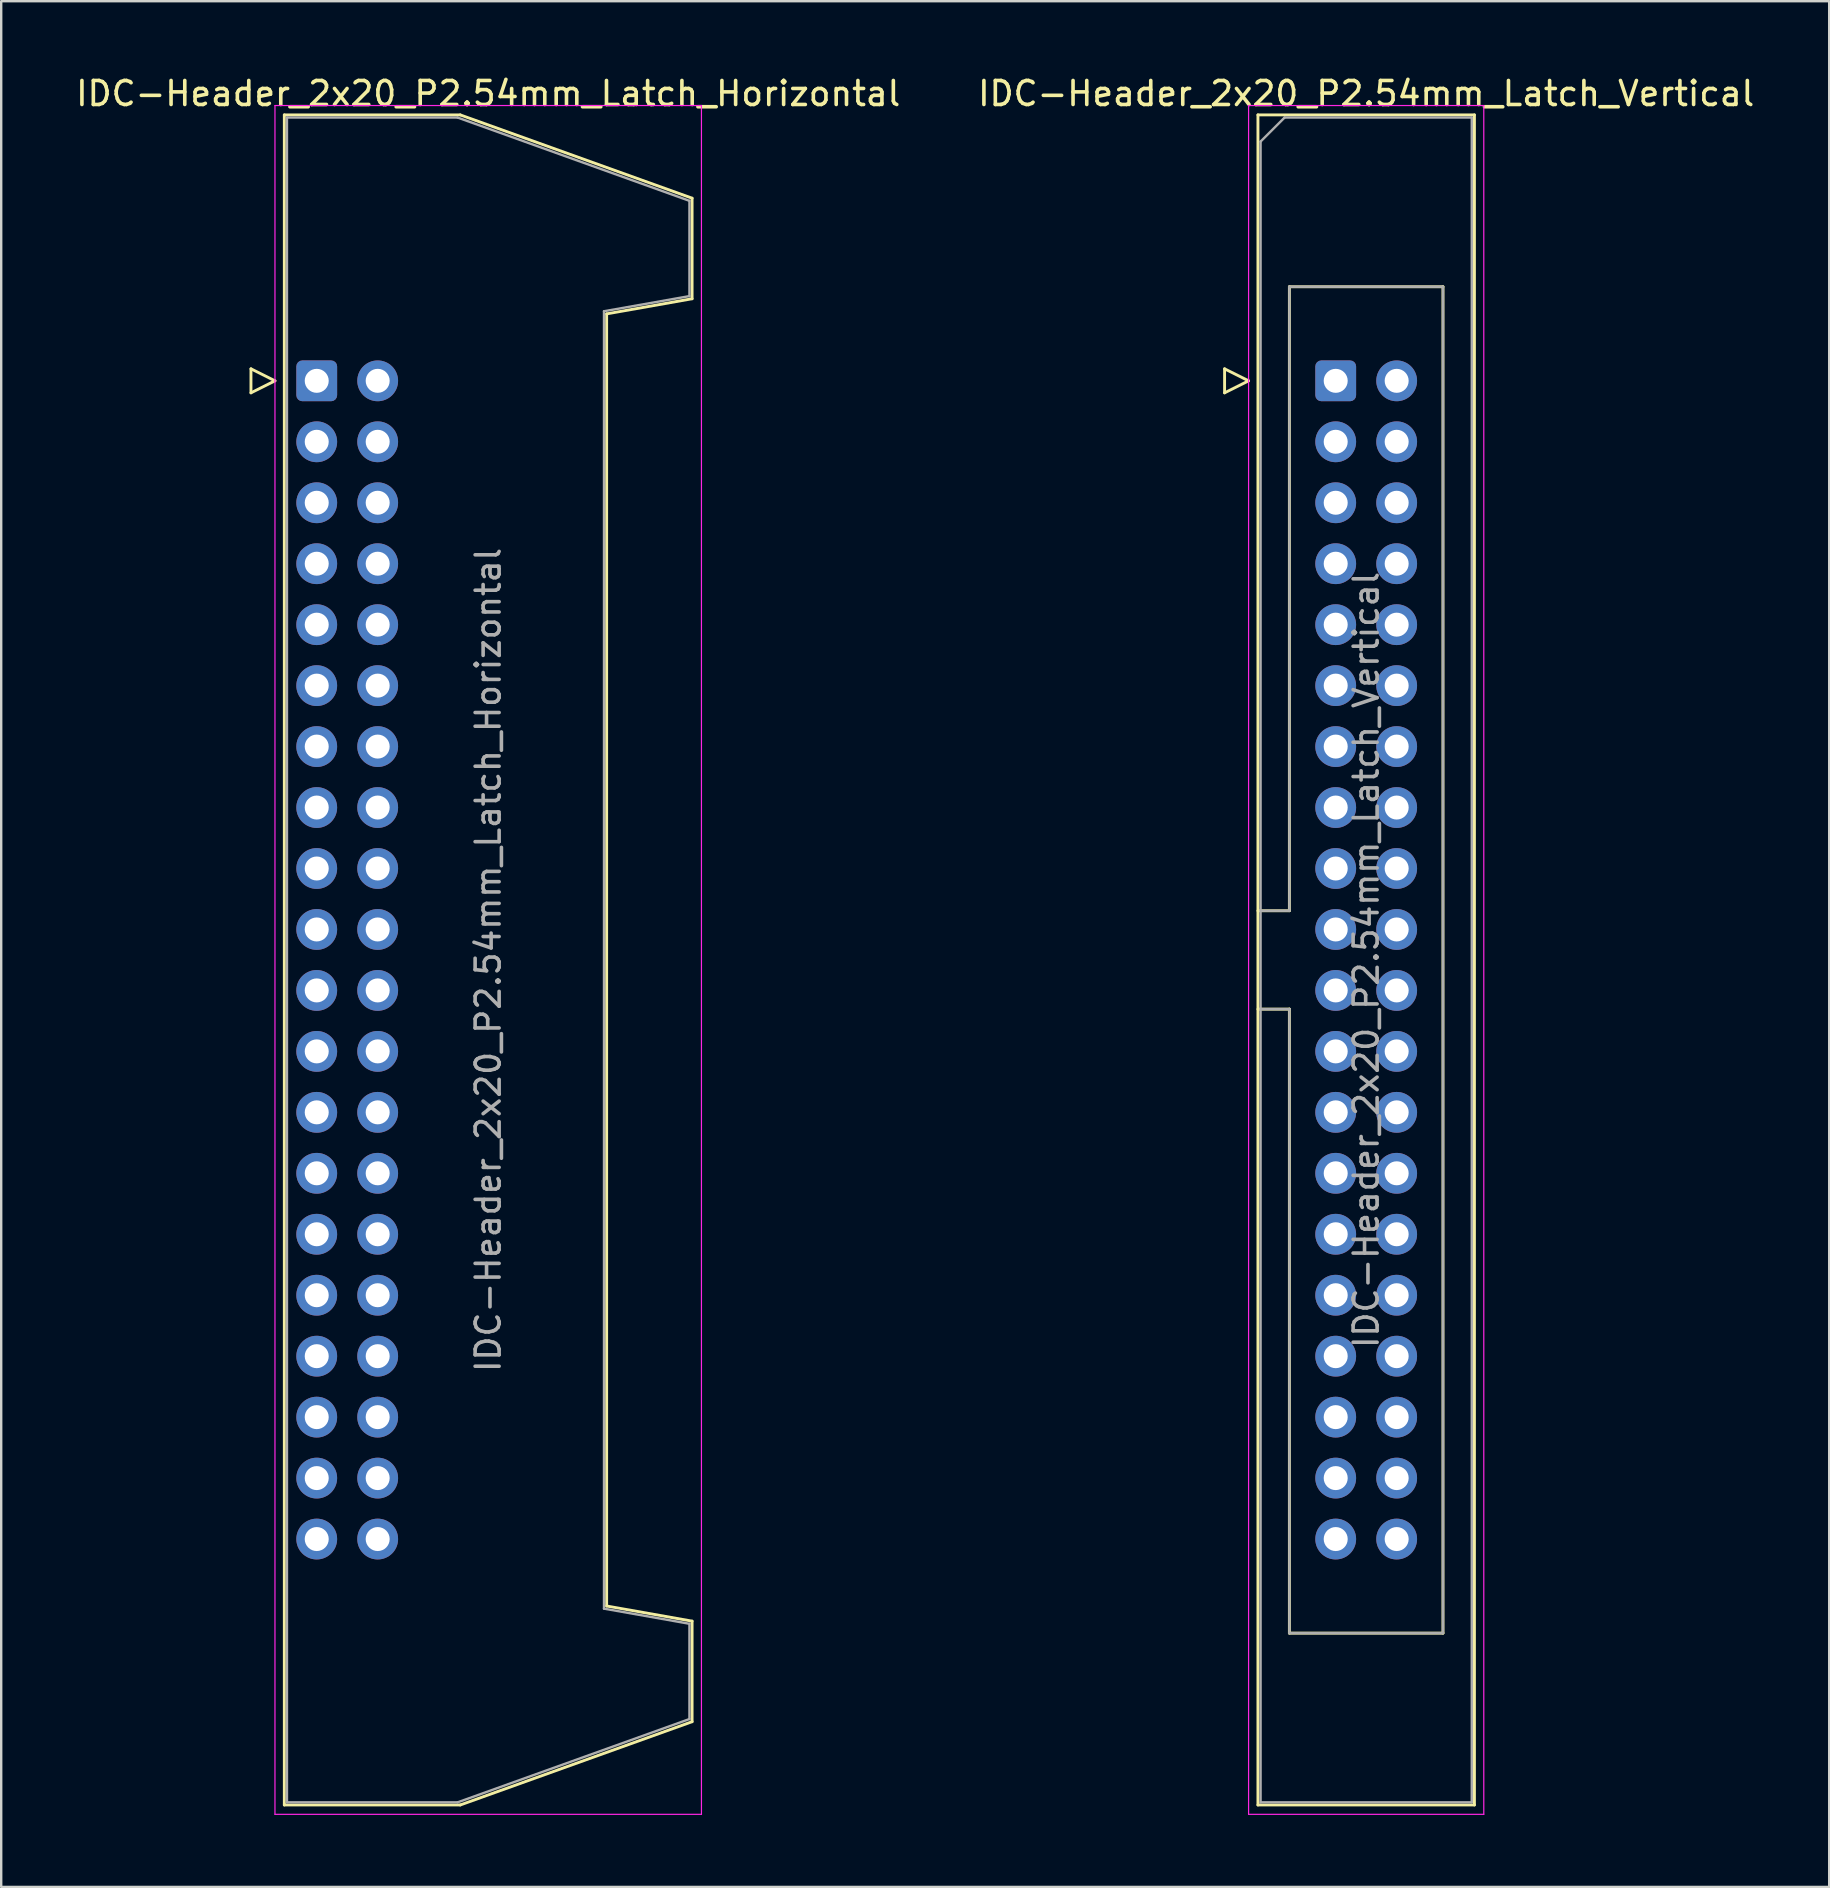
<source format=kicad_pcb>
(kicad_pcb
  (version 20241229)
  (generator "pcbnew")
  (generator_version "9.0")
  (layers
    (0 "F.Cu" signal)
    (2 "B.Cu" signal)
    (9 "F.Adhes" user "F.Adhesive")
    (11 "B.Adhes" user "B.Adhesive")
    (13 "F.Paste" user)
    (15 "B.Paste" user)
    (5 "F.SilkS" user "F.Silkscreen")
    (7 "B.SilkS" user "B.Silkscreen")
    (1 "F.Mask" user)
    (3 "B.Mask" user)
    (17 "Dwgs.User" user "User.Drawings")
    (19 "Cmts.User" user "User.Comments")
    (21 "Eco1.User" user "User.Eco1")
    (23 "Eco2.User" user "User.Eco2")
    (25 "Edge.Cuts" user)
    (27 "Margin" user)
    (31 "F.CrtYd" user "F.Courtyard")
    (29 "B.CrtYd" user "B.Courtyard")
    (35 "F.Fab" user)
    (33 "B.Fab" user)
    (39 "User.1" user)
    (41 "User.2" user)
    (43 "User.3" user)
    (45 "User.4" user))
  (footprint "IDC-Header_2x20_P2.54mm_Latch_Vertical"
    (layer "F.Cu")
    (at 52.605 12.818)
    (property "Reference" "IDC-Header_2x20_P2.54mm_Latch_Vertical" (at 1.27 -11.97 0) (layer "F.SilkS") (effects (font (size 1 1) (thickness 0.15))))
    (attr through_hole)
    (fp_line (start -4.63 -0.5) (end -4.63 0.5) (stroke (width 0.12) (type solid)) (layer "F.SilkS"))
    (fp_line (start -4.63 0.5) (end -3.63 0) (stroke (width 0.12) (type solid)) (layer "F.SilkS"))
    (fp_line (start -3.63 0) (end -4.63 -0.5) (stroke (width 0.12) (type solid)) (layer "F.SilkS"))
    (fp_line (start -3.24 -11.08) (end 5.78 -11.08) (stroke (width 0.12) (type solid)) (layer "F.SilkS"))
    (fp_line (start -3.24 22.08) (end -1.93 22.08) (stroke (width 0.12) (type solid)) (layer "F.SilkS"))
    (fp_line (start -3.24 59.34) (end -3.24 -11.08) (stroke (width 0.12) (type solid)) (layer "F.SilkS"))
    (fp_line (start -1.93 -3.92) (end 4.47 -3.92) (stroke (width 0.12) (type solid)) (layer "F.SilkS"))
    (fp_line (start -1.93 22.08) (end -1.93 -3.92) (stroke (width 0.12) (type solid)) (layer "F.SilkS"))
    (fp_line (start -1.93 26.18) (end -3.24 26.18) (stroke (width 0.12) (type solid)) (layer "F.SilkS"))
    (fp_line (start -1.93 26.18) (end -1.93 26.18) (stroke (width 0.12) (type solid)) (layer "F.SilkS"))
    (fp_line (start -1.93 52.18) (end -1.93 26.18) (stroke (width 0.12) (type solid)) (layer "F.SilkS"))
    (fp_line (start 4.47 -3.92) (end 4.47 52.18) (stroke (width 0.12) (type solid)) (layer "F.SilkS"))
    (fp_line (start 4.47 52.18) (end -1.93 52.18) (stroke (width 0.12) (type solid)) (layer "F.SilkS"))
    (fp_line (start 5.78 -11.08) (end 5.78 59.34) (stroke (width 0.12) (type solid)) (layer "F.SilkS"))
    (fp_line (start 5.78 59.34) (end -3.24 59.34) (stroke (width 0.12) (type solid)) (layer "F.SilkS"))
    (fp_line (start -3.63 -11.47) (end -3.63 59.73) (stroke (width 0.05) (type solid)) (layer "F.CrtYd"))
    (fp_line (start -3.63 59.73) (end 6.17 59.73) (stroke (width 0.05) (type solid)) (layer "F.CrtYd"))
    (fp_line (start 6.17 -11.47) (end -3.63 -11.47) (stroke (width 0.05) (type solid)) (layer "F.CrtYd"))
    (fp_line (start 6.17 59.73) (end 6.17 -11.47) (stroke (width 0.05) (type solid)) (layer "F.CrtYd"))
    (fp_line (start -3.13 -9.97) (end -2.13 -10.97) (stroke (width 0.1) (type solid)) (layer "F.Fab"))
    (fp_line (start -3.13 22.08) (end -1.93 22.08) (stroke (width 0.1) (type solid)) (layer "F.Fab"))
    (fp_line (start -3.13 59.23) (end -3.13 -9.97) (stroke (width 0.1) (type solid)) (layer "F.Fab"))
    (fp_line (start -2.13 -10.97) (end 5.67 -10.97) (stroke (width 0.1) (type solid)) (layer "F.Fab"))
    (fp_line (start -1.93 -3.92) (end 4.47 -3.92) (stroke (width 0.1) (type solid)) (layer "F.Fab"))
    (fp_line (start -1.93 22.08) (end -1.93 -3.92) (stroke (width 0.1) (type solid)) (layer "F.Fab"))
    (fp_line (start -1.93 26.18) (end -3.13 26.18) (stroke (width 0.1) (type solid)) (layer "F.Fab"))
    (fp_line (start -1.93 26.18) (end -1.93 26.18) (stroke (width 0.1) (type solid)) (layer "F.Fab"))
    (fp_line (start -1.93 52.18) (end -1.93 26.18) (stroke (width 0.1) (type solid)) (layer "F.Fab"))
    (fp_line (start 4.47 -3.92) (end 4.47 52.18) (stroke (width 0.1) (type solid)) (layer "F.Fab"))
    (fp_line (start 4.47 52.18) (end -1.93 52.18) (stroke (width 0.1) (type solid)) (layer "F.Fab"))
    (fp_line (start 5.67 -10.97) (end 5.67 59.23) (stroke (width 0.1) (type solid)) (layer "F.Fab"))
    (fp_line (start 5.67 59.23) (end -3.13 59.23) (stroke (width 0.1) (type solid)) (layer "F.Fab"))
    (fp_text user "${REFERENCE}" (at 1.27 24.13 90) (layer "F.Fab") (effects (font (size 1 1) (thickness 0.15))))
    (pad "1" thru_hole roundrect (at 0 0) (size 1.7 1.7) (drill 1) (layers "*.Cu" "*.Mask") (roundrect_rratio 0.147))
    (pad "2" thru_hole circle (at 2.54 0) (size 1.7 1.7) (drill 1) (layers "*.Cu" "*.Mask"))
    (pad "3" thru_hole circle (at 0 2.54) (size 1.7 1.7) (drill 1) (layers "*.Cu" "*.Mask"))
    (pad "4" thru_hole circle (at 2.54 2.54) (size 1.7 1.7) (drill 1) (layers "*.Cu" "*.Mask"))
    (pad "5" thru_hole circle (at 0 5.08) (size 1.7 1.7) (drill 1) (layers "*.Cu" "*.Mask"))
    (pad "6" thru_hole circle (at 2.54 5.08) (size 1.7 1.7) (drill 1) (layers "*.Cu" "*.Mask"))
    (pad "7" thru_hole circle (at 0 7.62) (size 1.7 1.7) (drill 1) (layers "*.Cu" "*.Mask"))
    (pad "8" thru_hole circle (at 2.54 7.62) (size 1.7 1.7) (drill 1) (layers "*.Cu" "*.Mask"))
    (pad "9" thru_hole circle (at 0 10.16) (size 1.7 1.7) (drill 1) (layers "*.Cu" "*.Mask"))
    (pad "10" thru_hole circle (at 2.54 10.16) (size 1.7 1.7) (drill 1) (layers "*.Cu" "*.Mask"))
    (pad "11" thru_hole circle (at 0 12.7) (size 1.7 1.7) (drill 1) (layers "*.Cu" "*.Mask"))
    (pad "12" thru_hole circle (at 2.54 12.7) (size 1.7 1.7) (drill 1) (layers "*.Cu" "*.Mask"))
    (pad "13" thru_hole circle (at 0 15.24) (size 1.7 1.7) (drill 1) (layers "*.Cu" "*.Mask"))
    (pad "14" thru_hole circle (at 2.54 15.24) (size 1.7 1.7) (drill 1) (layers "*.Cu" "*.Mask"))
    (pad "15" thru_hole circle (at 0 17.78) (size 1.7 1.7) (drill 1) (layers "*.Cu" "*.Mask"))
    (pad "16" thru_hole circle (at 2.54 17.78) (size 1.7 1.7) (drill 1) (layers "*.Cu" "*.Mask"))
    (pad "17" thru_hole circle (at 0 20.32) (size 1.7 1.7) (drill 1) (layers "*.Cu" "*.Mask"))
    (pad "18" thru_hole circle (at 2.54 20.32) (size 1.7 1.7) (drill 1) (layers "*.Cu" "*.Mask"))
    (pad "19" thru_hole circle (at 0 22.86) (size 1.7 1.7) (drill 1) (layers "*.Cu" "*.Mask"))
    (pad "20" thru_hole circle (at 2.54 22.86) (size 1.7 1.7) (drill 1) (layers "*.Cu" "*.Mask"))
    (pad "21" thru_hole circle (at 0 25.4) (size 1.7 1.7) (drill 1) (layers "*.Cu" "*.Mask"))
    (pad "22" thru_hole circle (at 2.54 25.4) (size 1.7 1.7) (drill 1) (layers "*.Cu" "*.Mask"))
    (pad "23" thru_hole circle (at 0 27.94) (size 1.7 1.7) (drill 1) (layers "*.Cu" "*.Mask"))
    (pad "24" thru_hole circle (at 2.54 27.94) (size 1.7 1.7) (drill 1) (layers "*.Cu" "*.Mask"))
    (pad "25" thru_hole circle (at 0 30.48) (size 1.7 1.7) (drill 1) (layers "*.Cu" "*.Mask"))
    (pad "26" thru_hole circle (at 2.54 30.48) (size 1.7 1.7) (drill 1) (layers "*.Cu" "*.Mask"))
    (pad "27" thru_hole circle (at 0 33.02) (size 1.7 1.7) (drill 1) (layers "*.Cu" "*.Mask"))
    (pad "28" thru_hole circle (at 2.54 33.02) (size 1.7 1.7) (drill 1) (layers "*.Cu" "*.Mask"))
    (pad "29" thru_hole circle (at 0 35.56) (size 1.7 1.7) (drill 1) (layers "*.Cu" "*.Mask"))
    (pad "30" thru_hole circle (at 2.54 35.56) (size 1.7 1.7) (drill 1) (layers "*.Cu" "*.Mask"))
    (pad "31" thru_hole circle (at 0 38.1) (size 1.7 1.7) (drill 1) (layers "*.Cu" "*.Mask"))
    (pad "32" thru_hole circle (at 2.54 38.1) (size 1.7 1.7) (drill 1) (layers "*.Cu" "*.Mask"))
    (pad "33" thru_hole circle (at 0 40.64) (size 1.7 1.7) (drill 1) (layers "*.Cu" "*.Mask"))
    (pad "34" thru_hole circle (at 2.54 40.64) (size 1.7 1.7) (drill 1) (layers "*.Cu" "*.Mask"))
    (pad "35" thru_hole circle (at 0 43.18) (size 1.7 1.7) (drill 1) (layers "*.Cu" "*.Mask"))
    (pad "36" thru_hole circle (at 2.54 43.18) (size 1.7 1.7) (drill 1) (layers "*.Cu" "*.Mask"))
    (pad "37" thru_hole circle (at 0 45.72) (size 1.7 1.7) (drill 1) (layers "*.Cu" "*.Mask"))
    (pad "38" thru_hole circle (at 2.54 45.72) (size 1.7 1.7) (drill 1) (layers "*.Cu" "*.Mask"))
    (pad "39" thru_hole circle (at 0 48.26) (size 1.7 1.7) (drill 1) (layers "*.Cu" "*.Mask"))
    (pad "40" thru_hole circle (at 2.54 48.26) (size 1.7 1.7) (drill 1) (layers "*.Cu" "*.Mask")))
  (footprint "IDC-Header_2x20_P2.54mm_Latch_Horizontal"
    (layer "F.Cu")
    (at 10.147 12.818)
    (property "Reference" "IDC-Header_2x20_P2.54mm_Latch_Horizontal" (at 7.145 -11.97 0) (layer "F.SilkS") (effects (font (size 1 1) (thickness 0.15))))
    (attr through_hole)
    (fp_line (start -2.74 -0.5) (end -2.74 0.5) (stroke (width 0.12) (type solid)) (layer "F.SilkS"))
    (fp_line (start -2.74 0.5) (end -1.74 0) (stroke (width 0.12) (type solid)) (layer "F.SilkS"))
    (fp_line (start -1.74 0) (end -2.74 -0.5) (stroke (width 0.12) (type solid)) (layer "F.SilkS"))
    (fp_line (start -1.35 -11.08) (end 5.98 -11.08) (stroke (width 0.12) (type solid)) (layer "F.SilkS"))
    (fp_line (start -1.35 59.34) (end -1.35 -11.08) (stroke (width 0.12) (type solid)) (layer "F.SilkS"))
    (fp_line (start 5.98 -11.08) (end 15.64 -7.61) (stroke (width 0.12) (type solid)) (layer "F.SilkS"))
    (fp_line (start 5.98 59.34) (end -1.35 59.34) (stroke (width 0.12) (type solid)) (layer "F.SilkS"))
    (fp_line (start 12.08 -2.79) (end 12.08 51.05) (stroke (width 0.12) (type solid)) (layer "F.SilkS"))
    (fp_line (start 12.08 51.05) (end 15.64 51.68) (stroke (width 0.12) (type solid)) (layer "F.SilkS"))
    (fp_line (start 15.64 -7.61) (end 15.64 -3.42) (stroke (width 0.12) (type solid)) (layer "F.SilkS"))
    (fp_line (start 15.64 -3.42) (end 12.08 -2.79) (stroke (width 0.12) (type solid)) (layer "F.SilkS"))
    (fp_line (start 15.64 51.68) (end 15.64 55.87) (stroke (width 0.12) (type solid)) (layer "F.SilkS"))
    (fp_line (start 15.64 55.87) (end 5.98 59.34) (stroke (width 0.12) (type solid)) (layer "F.SilkS"))
    (fp_line (start -1.74 -11.47) (end -1.74 59.73) (stroke (width 0.05) (type solid)) (layer "F.CrtYd"))
    (fp_line (start -1.74 59.73) (end 16.03 59.73) (stroke (width 0.05) (type solid)) (layer "F.CrtYd"))
    (fp_line (start 16.03 -11.47) (end -1.74 -11.47) (stroke (width 0.05) (type solid)) (layer "F.CrtYd"))
    (fp_line (start 16.03 59.73) (end 16.03 -11.47) (stroke (width 0.05) (type solid)) (layer "F.CrtYd"))
    (fp_line (start -1.24 -10.97) (end 5.87 -10.97) (stroke (width 0.1) (type solid)) (layer "F.Fab"))
    (fp_line (start -1.24 59.23) (end -1.24 -10.97) (stroke (width 0.1) (type solid)) (layer "F.Fab"))
    (fp_line (start 5.87 -10.97) (end 15.53 -7.5) (stroke (width 0.1) (type solid)) (layer "F.Fab"))
    (fp_line (start 5.87 59.23) (end -1.24 59.23) (stroke (width 0.1) (type solid)) (layer "F.Fab"))
    (fp_line (start 11.97 -2.9) (end 11.97 51.16) (stroke (width 0.1) (type solid)) (layer "F.Fab"))
    (fp_line (start 11.97 51.16) (end 15.53 51.79) (stroke (width 0.1) (type solid)) (layer "F.Fab"))
    (fp_line (start 15.53 -7.5) (end 15.53 -3.53) (stroke (width 0.1) (type solid)) (layer "F.Fab"))
    (fp_line (start 15.53 -3.53) (end 11.97 -2.9) (stroke (width 0.1) (type solid)) (layer "F.Fab"))
    (fp_line (start 15.53 51.79) (end 15.53 55.76) (stroke (width 0.1) (type solid)) (layer "F.Fab"))
    (fp_line (start 15.53 55.76) (end 5.87 59.23) (stroke (width 0.1) (type solid)) (layer "F.Fab"))
    (fp_text user "${REFERENCE}" (at 7.145 24.13 90) (layer "F.Fab") (effects (font (size 1 1) (thickness 0.15))))
    (pad "1" thru_hole roundrect (at 0 0) (size 1.7 1.7) (drill 1) (layers "*.Cu" "*.Mask") (roundrect_rratio 0.147))
    (pad "2" thru_hole circle (at 2.54 0) (size 1.7 1.7) (drill 1) (layers "*.Cu" "*.Mask"))
    (pad "3" thru_hole circle (at 0 2.54) (size 1.7 1.7) (drill 1) (layers "*.Cu" "*.Mask"))
    (pad "4" thru_hole circle (at 2.54 2.54) (size 1.7 1.7) (drill 1) (layers "*.Cu" "*.Mask"))
    (pad "5" thru_hole circle (at 0 5.08) (size 1.7 1.7) (drill 1) (layers "*.Cu" "*.Mask"))
    (pad "6" thru_hole circle (at 2.54 5.08) (size 1.7 1.7) (drill 1) (layers "*.Cu" "*.Mask"))
    (pad "7" thru_hole circle (at 0 7.62) (size 1.7 1.7) (drill 1) (layers "*.Cu" "*.Mask"))
    (pad "8" thru_hole circle (at 2.54 7.62) (size 1.7 1.7) (drill 1) (layers "*.Cu" "*.Mask"))
    (pad "9" thru_hole circle (at 0 10.16) (size 1.7 1.7) (drill 1) (layers "*.Cu" "*.Mask"))
    (pad "10" thru_hole circle (at 2.54 10.16) (size 1.7 1.7) (drill 1) (layers "*.Cu" "*.Mask"))
    (pad "11" thru_hole circle (at 0 12.7) (size 1.7 1.7) (drill 1) (layers "*.Cu" "*.Mask"))
    (pad "12" thru_hole circle (at 2.54 12.7) (size 1.7 1.7) (drill 1) (layers "*.Cu" "*.Mask"))
    (pad "13" thru_hole circle (at 0 15.24) (size 1.7 1.7) (drill 1) (layers "*.Cu" "*.Mask"))
    (pad "14" thru_hole circle (at 2.54 15.24) (size 1.7 1.7) (drill 1) (layers "*.Cu" "*.Mask"))
    (pad "15" thru_hole circle (at 0 17.78) (size 1.7 1.7) (drill 1) (layers "*.Cu" "*.Mask"))
    (pad "16" thru_hole circle (at 2.54 17.78) (size 1.7 1.7) (drill 1) (layers "*.Cu" "*.Mask"))
    (pad "17" thru_hole circle (at 0 20.32) (size 1.7 1.7) (drill 1) (layers "*.Cu" "*.Mask"))
    (pad "18" thru_hole circle (at 2.54 20.32) (size 1.7 1.7) (drill 1) (layers "*.Cu" "*.Mask"))
    (pad "19" thru_hole circle (at 0 22.86) (size 1.7 1.7) (drill 1) (layers "*.Cu" "*.Mask"))
    (pad "20" thru_hole circle (at 2.54 22.86) (size 1.7 1.7) (drill 1) (layers "*.Cu" "*.Mask"))
    (pad "21" thru_hole circle (at 0 25.4) (size 1.7 1.7) (drill 1) (layers "*.Cu" "*.Mask"))
    (pad "22" thru_hole circle (at 2.54 25.4) (size 1.7 1.7) (drill 1) (layers "*.Cu" "*.Mask"))
    (pad "23" thru_hole circle (at 0 27.94) (size 1.7 1.7) (drill 1) (layers "*.Cu" "*.Mask"))
    (pad "24" thru_hole circle (at 2.54 27.94) (size 1.7 1.7) (drill 1) (layers "*.Cu" "*.Mask"))
    (pad "25" thru_hole circle (at 0 30.48) (size 1.7 1.7) (drill 1) (layers "*.Cu" "*.Mask"))
    (pad "26" thru_hole circle (at 2.54 30.48) (size 1.7 1.7) (drill 1) (layers "*.Cu" "*.Mask"))
    (pad "27" thru_hole circle (at 0 33.02) (size 1.7 1.7) (drill 1) (layers "*.Cu" "*.Mask"))
    (pad "28" thru_hole circle (at 2.54 33.02) (size 1.7 1.7) (drill 1) (layers "*.Cu" "*.Mask"))
    (pad "29" thru_hole circle (at 0 35.56) (size 1.7 1.7) (drill 1) (layers "*.Cu" "*.Mask"))
    (pad "30" thru_hole circle (at 2.54 35.56) (size 1.7 1.7) (drill 1) (layers "*.Cu" "*.Mask"))
    (pad "31" thru_hole circle (at 0 38.1) (size 1.7 1.7) (drill 1) (layers "*.Cu" "*.Mask"))
    (pad "32" thru_hole circle (at 2.54 38.1) (size 1.7 1.7) (drill 1) (layers "*.Cu" "*.Mask"))
    (pad "33" thru_hole circle (at 0 40.64) (size 1.7 1.7) (drill 1) (layers "*.Cu" "*.Mask"))
    (pad "34" thru_hole circle (at 2.54 40.64) (size 1.7 1.7) (drill 1) (layers "*.Cu" "*.Mask"))
    (pad "35" thru_hole circle (at 0 43.18) (size 1.7 1.7) (drill 1) (layers "*.Cu" "*.Mask"))
    (pad "36" thru_hole circle (at 2.54 43.18) (size 1.7 1.7) (drill 1) (layers "*.Cu" "*.Mask"))
    (pad "37" thru_hole circle (at 0 45.72) (size 1.7 1.7) (drill 1) (layers "*.Cu" "*.Mask"))
    (pad "38" thru_hole circle (at 2.54 45.72) (size 1.7 1.7) (drill 1) (layers "*.Cu" "*.Mask"))
    (pad "39" thru_hole circle (at 0 48.26) (size 1.7 1.7) (drill 1) (layers "*.Cu" "*.Mask"))
    (pad "40" thru_hole circle (at 2.54 48.26) (size 1.7 1.7) (drill 1) (layers "*.Cu" "*.Mask")))
  (gr_rect
    (start -3 -3)
    (end 73.167 75.573)
    (stroke (width 0.1) (type default))
    (fill no)
    (layer "Edge.Cuts")))
</source>
